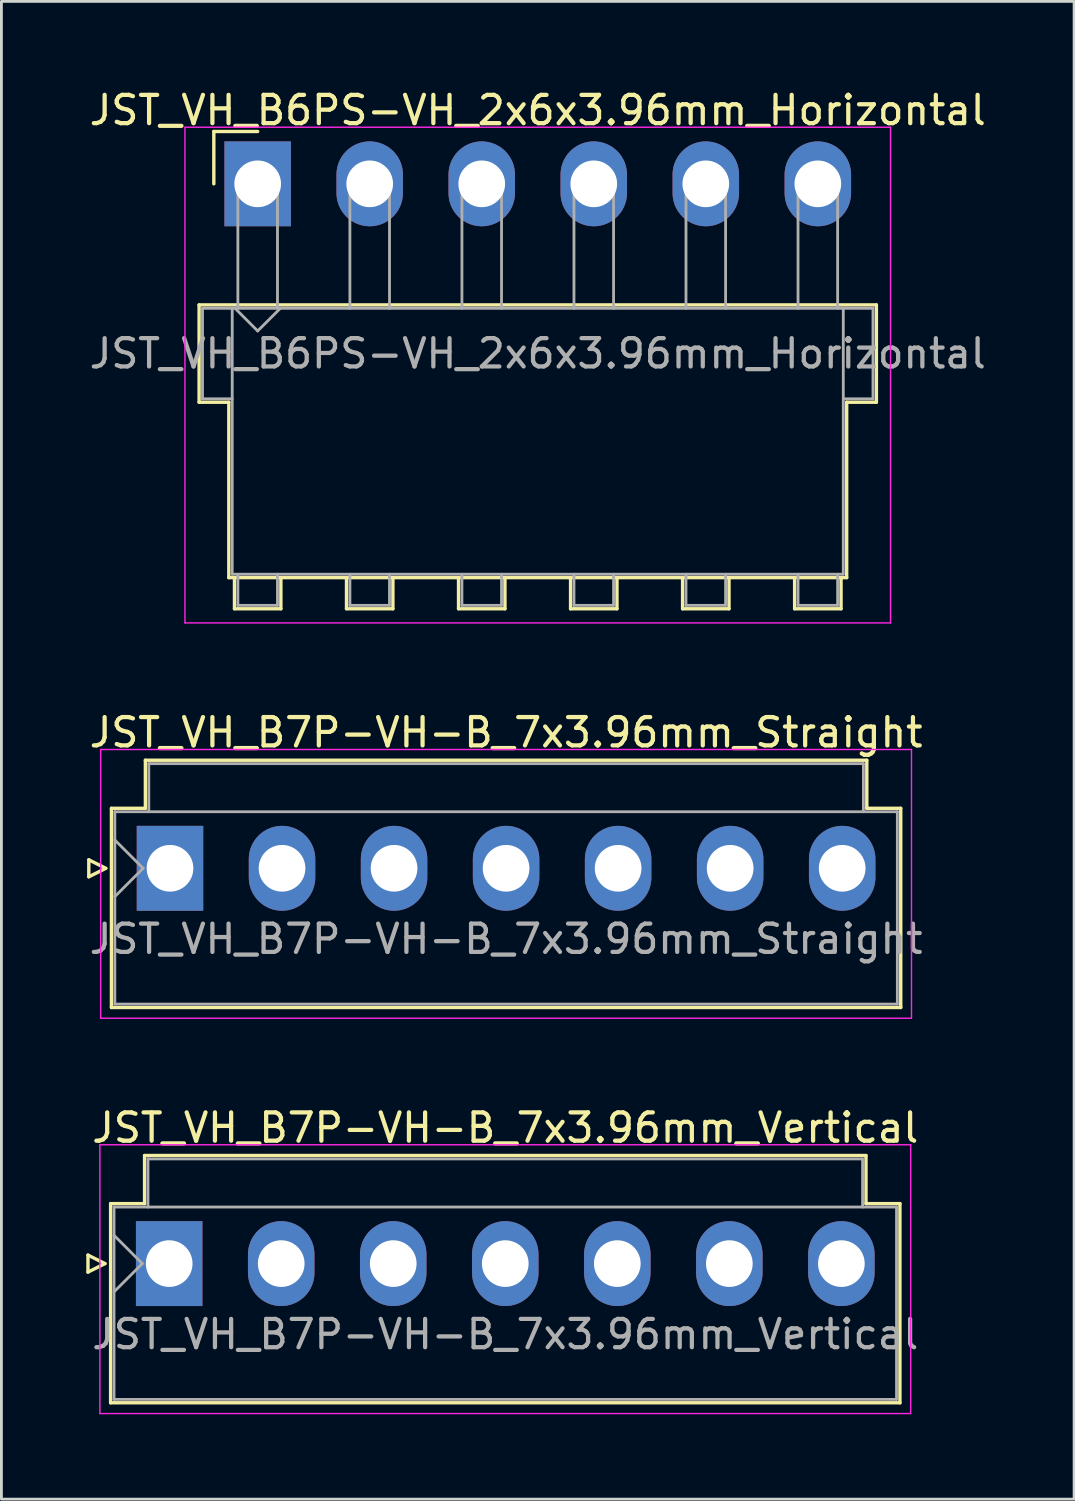
<source format=kicad_pcb>
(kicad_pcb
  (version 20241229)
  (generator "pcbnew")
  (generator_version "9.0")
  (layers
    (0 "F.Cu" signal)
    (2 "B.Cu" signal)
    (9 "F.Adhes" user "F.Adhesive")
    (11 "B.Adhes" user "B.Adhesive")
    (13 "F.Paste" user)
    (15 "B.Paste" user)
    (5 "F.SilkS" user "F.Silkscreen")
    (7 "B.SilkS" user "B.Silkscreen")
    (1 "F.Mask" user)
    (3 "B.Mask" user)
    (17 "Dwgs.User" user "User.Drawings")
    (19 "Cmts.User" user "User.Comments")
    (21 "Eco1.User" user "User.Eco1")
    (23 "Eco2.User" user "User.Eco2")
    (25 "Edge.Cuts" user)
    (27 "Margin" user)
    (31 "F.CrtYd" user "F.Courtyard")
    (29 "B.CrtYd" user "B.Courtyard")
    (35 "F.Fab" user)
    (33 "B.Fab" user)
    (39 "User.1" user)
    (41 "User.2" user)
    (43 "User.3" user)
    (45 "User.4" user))
  (footprint "JST_VH_B6PS-VH_2x6x3.96mm_Horizontal"
    (layer "F.Cu")
    (at 6.058 3.448)
    (property "Reference" "JST_VH_B6PS-VH_2x6x3.96mm_Horizontal" (at 9.9 -2.6 0) (layer "F.SilkS") (effects (font (size 1 1) (thickness 0.15))))
    (attr through_hole)
    (fp_line (start -2.07 4.28) (end 21.87 4.28) (stroke (width 0.12) (type solid)) (layer "F.SilkS"))
    (fp_line (start -2.07 7.72) (end -2.07 4.28) (stroke (width 0.12) (type solid)) (layer "F.SilkS"))
    (fp_line (start -1.55 -1.85) (end -1.55 0) (stroke (width 0.12) (type solid)) (layer "F.SilkS"))
    (fp_line (start -1.02 7.72) (end -2.07 7.72) (stroke (width 0.12) (type solid)) (layer "F.SilkS"))
    (fp_line (start -1.02 13.92) (end -1.02 7.72) (stroke (width 0.12) (type solid)) (layer "F.SilkS"))
    (fp_line (start -0.82 13.92) (end -0.82 15.02) (stroke (width 0.12) (type solid)) (layer "F.SilkS"))
    (fp_line (start -0.82 15.02) (end 0.82 15.02) (stroke (width 0.12) (type solid)) (layer "F.SilkS"))
    (fp_line (start 0 -1.85) (end -1.55 -1.85) (stroke (width 0.12) (type solid)) (layer "F.SilkS"))
    (fp_line (start 0.82 15.02) (end 0.82 13.92) (stroke (width 0.12) (type solid)) (layer "F.SilkS"))
    (fp_line (start 3.14 13.92) (end 3.14 15.02) (stroke (width 0.12) (type solid)) (layer "F.SilkS"))
    (fp_line (start 3.14 15.02) (end 4.78 15.02) (stroke (width 0.12) (type solid)) (layer "F.SilkS"))
    (fp_line (start 4.78 15.02) (end 4.78 13.92) (stroke (width 0.12) (type solid)) (layer "F.SilkS"))
    (fp_line (start 7.1 13.92) (end 7.1 15.02) (stroke (width 0.12) (type solid)) (layer "F.SilkS"))
    (fp_line (start 7.1 15.02) (end 8.74 15.02) (stroke (width 0.12) (type solid)) (layer "F.SilkS"))
    (fp_line (start 8.74 15.02) (end 8.74 13.92) (stroke (width 0.12) (type solid)) (layer "F.SilkS"))
    (fp_line (start 11.06 13.92) (end 11.06 15.02) (stroke (width 0.12) (type solid)) (layer "F.SilkS"))
    (fp_line (start 11.06 15.02) (end 12.7 15.02) (stroke (width 0.12) (type solid)) (layer "F.SilkS"))
    (fp_line (start 12.7 15.02) (end 12.7 13.92) (stroke (width 0.12) (type solid)) (layer "F.SilkS"))
    (fp_line (start 15.02 13.92) (end 15.02 15.02) (stroke (width 0.12) (type solid)) (layer "F.SilkS"))
    (fp_line (start 15.02 15.02) (end 16.66 15.02) (stroke (width 0.12) (type solid)) (layer "F.SilkS"))
    (fp_line (start 16.66 15.02) (end 16.66 13.92) (stroke (width 0.12) (type solid)) (layer "F.SilkS"))
    (fp_line (start 18.98 13.92) (end 18.98 15.02) (stroke (width 0.12) (type solid)) (layer "F.SilkS"))
    (fp_line (start 18.98 15.02) (end 20.62 15.02) (stroke (width 0.12) (type solid)) (layer "F.SilkS"))
    (fp_line (start 20.62 15.02) (end 20.62 13.92) (stroke (width 0.12) (type solid)) (layer "F.SilkS"))
    (fp_line (start 20.82 7.72) (end 20.82 13.92) (stroke (width 0.12) (type solid)) (layer "F.SilkS"))
    (fp_line (start 20.82 13.92) (end -1.02 13.92) (stroke (width 0.12) (type solid)) (layer "F.SilkS"))
    (fp_line (start 21.87 4.28) (end 21.87 7.72) (stroke (width 0.12) (type solid)) (layer "F.SilkS"))
    (fp_line (start 21.87 7.72) (end 20.82 7.72) (stroke (width 0.12) (type solid)) (layer "F.SilkS"))
    (fp_line (start -2.57 -2) (end -2.57 15.52) (stroke (width 0.05) (type solid)) (layer "F.CrtYd"))
    (fp_line (start -2.57 15.52) (end 22.37 15.52) (stroke (width 0.05) (type solid)) (layer "F.CrtYd"))
    (fp_line (start 22.37 -2) (end -2.57 -2) (stroke (width 0.05) (type solid)) (layer "F.CrtYd"))
    (fp_line (start 22.37 15.52) (end 22.37 -2) (stroke (width 0.05) (type solid)) (layer "F.CrtYd"))
    (fp_line (start -1.95 4.4) (end -0.9 4.4) (stroke (width 0.1) (type solid)) (layer "F.Fab"))
    (fp_line (start -1.95 7.6) (end -1.95 4.4) (stroke (width 0.1) (type solid)) (layer "F.Fab"))
    (fp_line (start -0.9 4.4) (end -0.9 13.8) (stroke (width 0.1) (type solid)) (layer "F.Fab"))
    (fp_line (start -0.9 7.6) (end -1.95 7.6) (stroke (width 0.1) (type solid)) (layer "F.Fab"))
    (fp_line (start -0.9 13.8) (end 20.7 13.8) (stroke (width 0.1) (type solid)) (layer "F.Fab"))
    (fp_line (start -0.8 4.4) (end 0 5.2) (stroke (width 0.1) (type solid)) (layer "F.Fab"))
    (fp_line (start -0.7 0) (end 0.7 0) (stroke (width 0.1) (type solid)) (layer "F.Fab"))
    (fp_line (start -0.7 4.4) (end -0.7 0) (stroke (width 0.1) (type solid)) (layer "F.Fab"))
    (fp_line (start -0.7 13.8) (end -0.7 14.9) (stroke (width 0.1) (type solid)) (layer "F.Fab"))
    (fp_line (start -0.7 14.9) (end 0.7 14.9) (stroke (width 0.1) (type solid)) (layer "F.Fab"))
    (fp_line (start 0 5.2) (end 0.8 4.4) (stroke (width 0.1) (type solid)) (layer "F.Fab"))
    (fp_line (start 0.7 0) (end 0.7 4.4) (stroke (width 0.1) (type solid)) (layer "F.Fab"))
    (fp_line (start 0.7 14.9) (end 0.7 13.8) (stroke (width 0.1) (type solid)) (layer "F.Fab"))
    (fp_line (start 3.26 0) (end 4.66 0) (stroke (width 0.1) (type solid)) (layer "F.Fab"))
    (fp_line (start 3.26 4.4) (end 3.26 0) (stroke (width 0.1) (type solid)) (layer "F.Fab"))
    (fp_line (start 3.26 13.8) (end 3.26 14.9) (stroke (width 0.1) (type solid)) (layer "F.Fab"))
    (fp_line (start 3.26 14.9) (end 4.66 14.9) (stroke (width 0.1) (type solid)) (layer "F.Fab"))
    (fp_line (start 4.66 0) (end 4.66 4.4) (stroke (width 0.1) (type solid)) (layer "F.Fab"))
    (fp_line (start 4.66 14.9) (end 4.66 13.8) (stroke (width 0.1) (type solid)) (layer "F.Fab"))
    (fp_line (start 7.22 0) (end 8.62 0) (stroke (width 0.1) (type solid)) (layer "F.Fab"))
    (fp_line (start 7.22 4.4) (end 7.22 0) (stroke (width 0.1) (type solid)) (layer "F.Fab"))
    (fp_line (start 7.22 13.8) (end 7.22 14.9) (stroke (width 0.1) (type solid)) (layer "F.Fab"))
    (fp_line (start 7.22 14.9) (end 8.62 14.9) (stroke (width 0.1) (type solid)) (layer "F.Fab"))
    (fp_line (start 8.62 0) (end 8.62 4.4) (stroke (width 0.1) (type solid)) (layer "F.Fab"))
    (fp_line (start 8.62 14.9) (end 8.62 13.8) (stroke (width 0.1) (type solid)) (layer "F.Fab"))
    (fp_line (start 11.18 0) (end 12.58 0) (stroke (width 0.1) (type solid)) (layer "F.Fab"))
    (fp_line (start 11.18 4.4) (end 11.18 0) (stroke (width 0.1) (type solid)) (layer "F.Fab"))
    (fp_line (start 11.18 13.8) (end 11.18 14.9) (stroke (width 0.1) (type solid)) (layer "F.Fab"))
    (fp_line (start 11.18 14.9) (end 12.58 14.9) (stroke (width 0.1) (type solid)) (layer "F.Fab"))
    (fp_line (start 12.58 0) (end 12.58 4.4) (stroke (width 0.1) (type solid)) (layer "F.Fab"))
    (fp_line (start 12.58 14.9) (end 12.58 13.8) (stroke (width 0.1) (type solid)) (layer "F.Fab"))
    (fp_line (start 15.14 0) (end 16.54 0) (stroke (width 0.1) (type solid)) (layer "F.Fab"))
    (fp_line (start 15.14 4.4) (end 15.14 0) (stroke (width 0.1) (type solid)) (layer "F.Fab"))
    (fp_line (start 15.14 13.8) (end 15.14 14.9) (stroke (width 0.1) (type solid)) (layer "F.Fab"))
    (fp_line (start 15.14 14.9) (end 16.54 14.9) (stroke (width 0.1) (type solid)) (layer "F.Fab"))
    (fp_line (start 16.54 0) (end 16.54 4.4) (stroke (width 0.1) (type solid)) (layer "F.Fab"))
    (fp_line (start 16.54 14.9) (end 16.54 13.8) (stroke (width 0.1) (type solid)) (layer "F.Fab"))
    (fp_line (start 19.1 0) (end 20.5 0) (stroke (width 0.1) (type solid)) (layer "F.Fab"))
    (fp_line (start 19.1 4.4) (end 19.1 0) (stroke (width 0.1) (type solid)) (layer "F.Fab"))
    (fp_line (start 19.1 13.8) (end 19.1 14.9) (stroke (width 0.1) (type solid)) (layer "F.Fab"))
    (fp_line (start 19.1 14.9) (end 20.5 14.9) (stroke (width 0.1) (type solid)) (layer "F.Fab"))
    (fp_line (start 20.5 0) (end 20.5 4.4) (stroke (width 0.1) (type solid)) (layer "F.Fab"))
    (fp_line (start 20.5 14.9) (end 20.5 13.8) (stroke (width 0.1) (type solid)) (layer "F.Fab"))
    (fp_line (start 20.7 4.4) (end -0.9 4.4) (stroke (width 0.1) (type solid)) (layer "F.Fab"))
    (fp_line (start 20.7 4.4) (end 21.75 4.4) (stroke (width 0.1) (type solid)) (layer "F.Fab"))
    (fp_line (start 20.7 13.8) (end 20.7 4.4) (stroke (width 0.1) (type solid)) (layer "F.Fab"))
    (fp_line (start 21.75 4.4) (end 21.75 7.6) (stroke (width 0.1) (type solid)) (layer "F.Fab"))
    (fp_line (start 21.75 7.6) (end 20.7 7.6) (stroke (width 0.1) (type solid)) (layer "F.Fab"))
    (fp_text user "${REFERENCE}" (at 9.9 6 0) (layer "F.Fab") (effects (font (size 1 1) (thickness 0.15))))
    (pad "1" thru_hole rect (at 0 0) (size 2.35 3) (drill 1.65) (layers "*.Cu" "*.Mask"))
    (pad "2" thru_hole oval (at 3.96 0) (size 2.35 3) (drill 1.65) (layers "*.Cu" "*.Mask"))
    (pad "3" thru_hole oval (at 7.92 0) (size 2.35 3) (drill 1.65) (layers "*.Cu" "*.Mask"))
    (pad "4" thru_hole oval (at 11.88 0) (size 2.35 3) (drill 1.65) (layers "*.Cu" "*.Mask"))
    (pad "5" thru_hole oval (at 15.84 0) (size 2.35 3) (drill 1.65) (layers "*.Cu" "*.Mask"))
    (pad "6" thru_hole oval (at 19.8 0) (size 2.35 3) (drill 1.65) (layers "*.Cu" "*.Mask")))
  (footprint "JST_VH_B7P-VH-B_7x3.96mm_Vertical"
    (layer "F.Cu")
    (at 2.93 41.615)
    (property "Reference" "JST_VH_B7P-VH-B_7x3.96mm_Vertical" (at 11.88 -4.8 0) (layer "F.SilkS") (effects (font (size 1 1) (thickness 0.15))))
    (attr through_hole)
    (fp_line (start -2.87 -0.3) (end -2.27 0) (stroke (width 0.12) (type solid)) (layer "F.SilkS"))
    (fp_line (start -2.87 0.3) (end -2.87 -0.3) (stroke (width 0.12) (type solid)) (layer "F.SilkS"))
    (fp_line (start -2.27 0) (end -2.87 0.3) (stroke (width 0.12) (type solid)) (layer "F.SilkS"))
    (fp_line (start -2.07 -2.12) (end -0.87 -2.12) (stroke (width 0.12) (type solid)) (layer "F.SilkS"))
    (fp_line (start -2.07 4.92) (end -2.07 -2.12) (stroke (width 0.12) (type solid)) (layer "F.SilkS"))
    (fp_line (start -0.87 -3.82) (end 24.63 -3.82) (stroke (width 0.12) (type solid)) (layer "F.SilkS"))
    (fp_line (start -0.87 -2.12) (end -0.87 -3.82) (stroke (width 0.12) (type solid)) (layer "F.SilkS"))
    (fp_line (start 24.63 -3.82) (end 24.63 -2.12) (stroke (width 0.12) (type solid)) (layer "F.SilkS"))
    (fp_line (start 24.63 -2.12) (end 25.83 -2.12) (stroke (width 0.12) (type solid)) (layer "F.SilkS"))
    (fp_line (start 25.83 -2.12) (end 25.83 4.92) (stroke (width 0.12) (type solid)) (layer "F.SilkS"))
    (fp_line (start 25.83 4.92) (end -2.07 4.92) (stroke (width 0.12) (type solid)) (layer "F.SilkS"))
    (fp_line (start -2.45 -4.2) (end -2.45 5.3) (stroke (width 0.05) (type solid)) (layer "F.CrtYd"))
    (fp_line (start -2.45 5.3) (end 26.21 5.3) (stroke (width 0.05) (type solid)) (layer "F.CrtYd"))
    (fp_line (start 26.21 -4.2) (end -2.45 -4.2) (stroke (width 0.05) (type solid)) (layer "F.CrtYd"))
    (fp_line (start 26.21 5.3) (end 26.21 -4.2) (stroke (width 0.05) (type solid)) (layer "F.CrtYd"))
    (fp_line (start -1.95 -2) (end -1.95 4.8) (stroke (width 0.1) (type solid)) (layer "F.Fab"))
    (fp_line (start -1.95 -1) (end -0.95 0) (stroke (width 0.1) (type solid)) (layer "F.Fab"))
    (fp_line (start -1.95 1) (end -0.95 0) (stroke (width 0.1) (type solid)) (layer "F.Fab"))
    (fp_line (start -1.95 4.8) (end 25.71 4.8) (stroke (width 0.1) (type solid)) (layer "F.Fab"))
    (fp_line (start -0.75 -3.7) (end 24.51 -3.7) (stroke (width 0.1) (type solid)) (layer "F.Fab"))
    (fp_line (start -0.75 -2) (end -0.75 -3.7) (stroke (width 0.1) (type solid)) (layer "F.Fab"))
    (fp_line (start 24.51 -3.7) (end 24.51 -2) (stroke (width 0.1) (type solid)) (layer "F.Fab"))
    (fp_line (start 25.71 -2) (end -1.95 -2) (stroke (width 0.1) (type solid)) (layer "F.Fab"))
    (fp_line (start 25.71 4.8) (end 25.71 -2) (stroke (width 0.1) (type solid)) (layer "F.Fab"))
    (fp_text user "${REFERENCE}" (at 11.88 2.5 0) (layer "F.Fab") (effects (font (size 1 1) (thickness 0.15))))
    (pad "1" thru_hole rect (at 0 0) (size 2.35 3) (drill 1.65) (layers "*.Cu" "*.Mask"))
    (pad "2" thru_hole oval (at 3.96 0) (size 2.35 3) (drill 1.65) (layers "*.Cu" "*.Mask"))
    (pad "3" thru_hole oval (at 7.92 0) (size 2.35 3) (drill 1.65) (layers "*.Cu" "*.Mask"))
    (pad "4" thru_hole oval (at 11.88 0) (size 2.35 3) (drill 1.65) (layers "*.Cu" "*.Mask"))
    (pad "5" thru_hole oval (at 15.84 0) (size 2.35 3) (drill 1.65) (layers "*.Cu" "*.Mask"))
    (pad "6" thru_hole oval (at 19.8 0) (size 2.35 3) (drill 1.65) (layers "*.Cu" "*.Mask"))
    (pad "7" thru_hole oval (at 23.76 0) (size 2.35 3) (drill 1.65) (layers "*.Cu" "*.Mask")))
  (footprint "JST_VH_B7P-VH-B_7x3.96mm_Straight"
    (layer "F.Cu")
    (at 2.959 27.642)
    (property "Reference" "JST_VH_B7P-VH-B_7x3.96mm_Straight" (at 11.88 -4.8 0) (layer "F.SilkS") (effects (font (size 1 1) (thickness 0.15))))
    (attr through_hole)
    (fp_line (start -2.87 -0.3) (end -2.27 0) (stroke (width 0.12) (type solid)) (layer "F.SilkS"))
    (fp_line (start -2.87 0.3) (end -2.87 -0.3) (stroke (width 0.12) (type solid)) (layer "F.SilkS"))
    (fp_line (start -2.27 0) (end -2.87 0.3) (stroke (width 0.12) (type solid)) (layer "F.SilkS"))
    (fp_line (start -2.07 -2.12) (end -0.87 -2.12) (stroke (width 0.12) (type solid)) (layer "F.SilkS"))
    (fp_line (start -2.07 4.92) (end -2.07 -2.12) (stroke (width 0.12) (type solid)) (layer "F.SilkS"))
    (fp_line (start -0.87 -3.82) (end 24.63 -3.82) (stroke (width 0.12) (type solid)) (layer "F.SilkS"))
    (fp_line (start -0.87 -2.12) (end -0.87 -3.82) (stroke (width 0.12) (type solid)) (layer "F.SilkS"))
    (fp_line (start 24.63 -3.82) (end 24.63 -2.12) (stroke (width 0.12) (type solid)) (layer "F.SilkS"))
    (fp_line (start 24.63 -2.12) (end 25.83 -2.12) (stroke (width 0.12) (type solid)) (layer "F.SilkS"))
    (fp_line (start 25.83 -2.12) (end 25.83 4.92) (stroke (width 0.12) (type solid)) (layer "F.SilkS"))
    (fp_line (start 25.83 4.92) (end -2.07 4.92) (stroke (width 0.12) (type solid)) (layer "F.SilkS"))
    (fp_line (start -2.45 -4.2) (end -2.45 5.3) (stroke (width 0.05) (type solid)) (layer "F.CrtYd"))
    (fp_line (start -2.45 5.3) (end 26.21 5.3) (stroke (width 0.05) (type solid)) (layer "F.CrtYd"))
    (fp_line (start 26.21 -4.2) (end -2.45 -4.2) (stroke (width 0.05) (type solid)) (layer "F.CrtYd"))
    (fp_line (start 26.21 5.3) (end 26.21 -4.2) (stroke (width 0.05) (type solid)) (layer "F.CrtYd"))
    (fp_line (start -1.95 -2) (end -1.95 4.8) (stroke (width 0.1) (type solid)) (layer "F.Fab"))
    (fp_line (start -1.95 -1) (end -0.95 0) (stroke (width 0.1) (type solid)) (layer "F.Fab"))
    (fp_line (start -1.95 1) (end -0.95 0) (stroke (width 0.1) (type solid)) (layer "F.Fab"))
    (fp_line (start -1.95 4.8) (end 25.71 4.8) (stroke (width 0.1) (type solid)) (layer "F.Fab"))
    (fp_line (start -0.75 -3.7) (end 24.51 -3.7) (stroke (width 0.1) (type solid)) (layer "F.Fab"))
    (fp_line (start -0.75 -2) (end -0.75 -3.7) (stroke (width 0.1) (type solid)) (layer "F.Fab"))
    (fp_line (start 24.51 -3.7) (end 24.51 -2) (stroke (width 0.1) (type solid)) (layer "F.Fab"))
    (fp_line (start 25.71 -2) (end -1.95 -2) (stroke (width 0.1) (type solid)) (layer "F.Fab"))
    (fp_line (start 25.71 4.8) (end 25.71 -2) (stroke (width 0.1) (type solid)) (layer "F.Fab"))
    (fp_text user "${REFERENCE}" (at 11.88 2.5 0) (layer "F.Fab") (effects (font (size 1 1) (thickness 0.15))))
    (pad "1" thru_hole rect (at 0 0) (size 2.35 3) (drill 1.65) (layers "*.Cu" "*.Mask"))
    (pad "2" thru_hole oval (at 3.96 0) (size 2.35 3) (drill 1.65) (layers "*.Cu" "*.Mask"))
    (pad "3" thru_hole oval (at 7.92 0) (size 2.35 3) (drill 1.65) (layers "*.Cu" "*.Mask"))
    (pad "4" thru_hole oval (at 11.88 0) (size 2.35 3) (drill 1.65) (layers "*.Cu" "*.Mask"))
    (pad "5" thru_hole oval (at 15.84 0) (size 2.35 3) (drill 1.65) (layers "*.Cu" "*.Mask"))
    (pad "6" thru_hole oval (at 19.8 0) (size 2.35 3) (drill 1.65) (layers "*.Cu" "*.Mask"))
    (pad "7" thru_hole oval (at 23.76 0) (size 2.35 3) (drill 1.65) (layers "*.Cu" "*.Mask")))
  (gr_rect
    (start -3 -3)
    (end 34.917 49.94)
    (stroke (width 0.1) (type default))
    (fill no)
    (layer "Edge.Cuts")))
</source>
